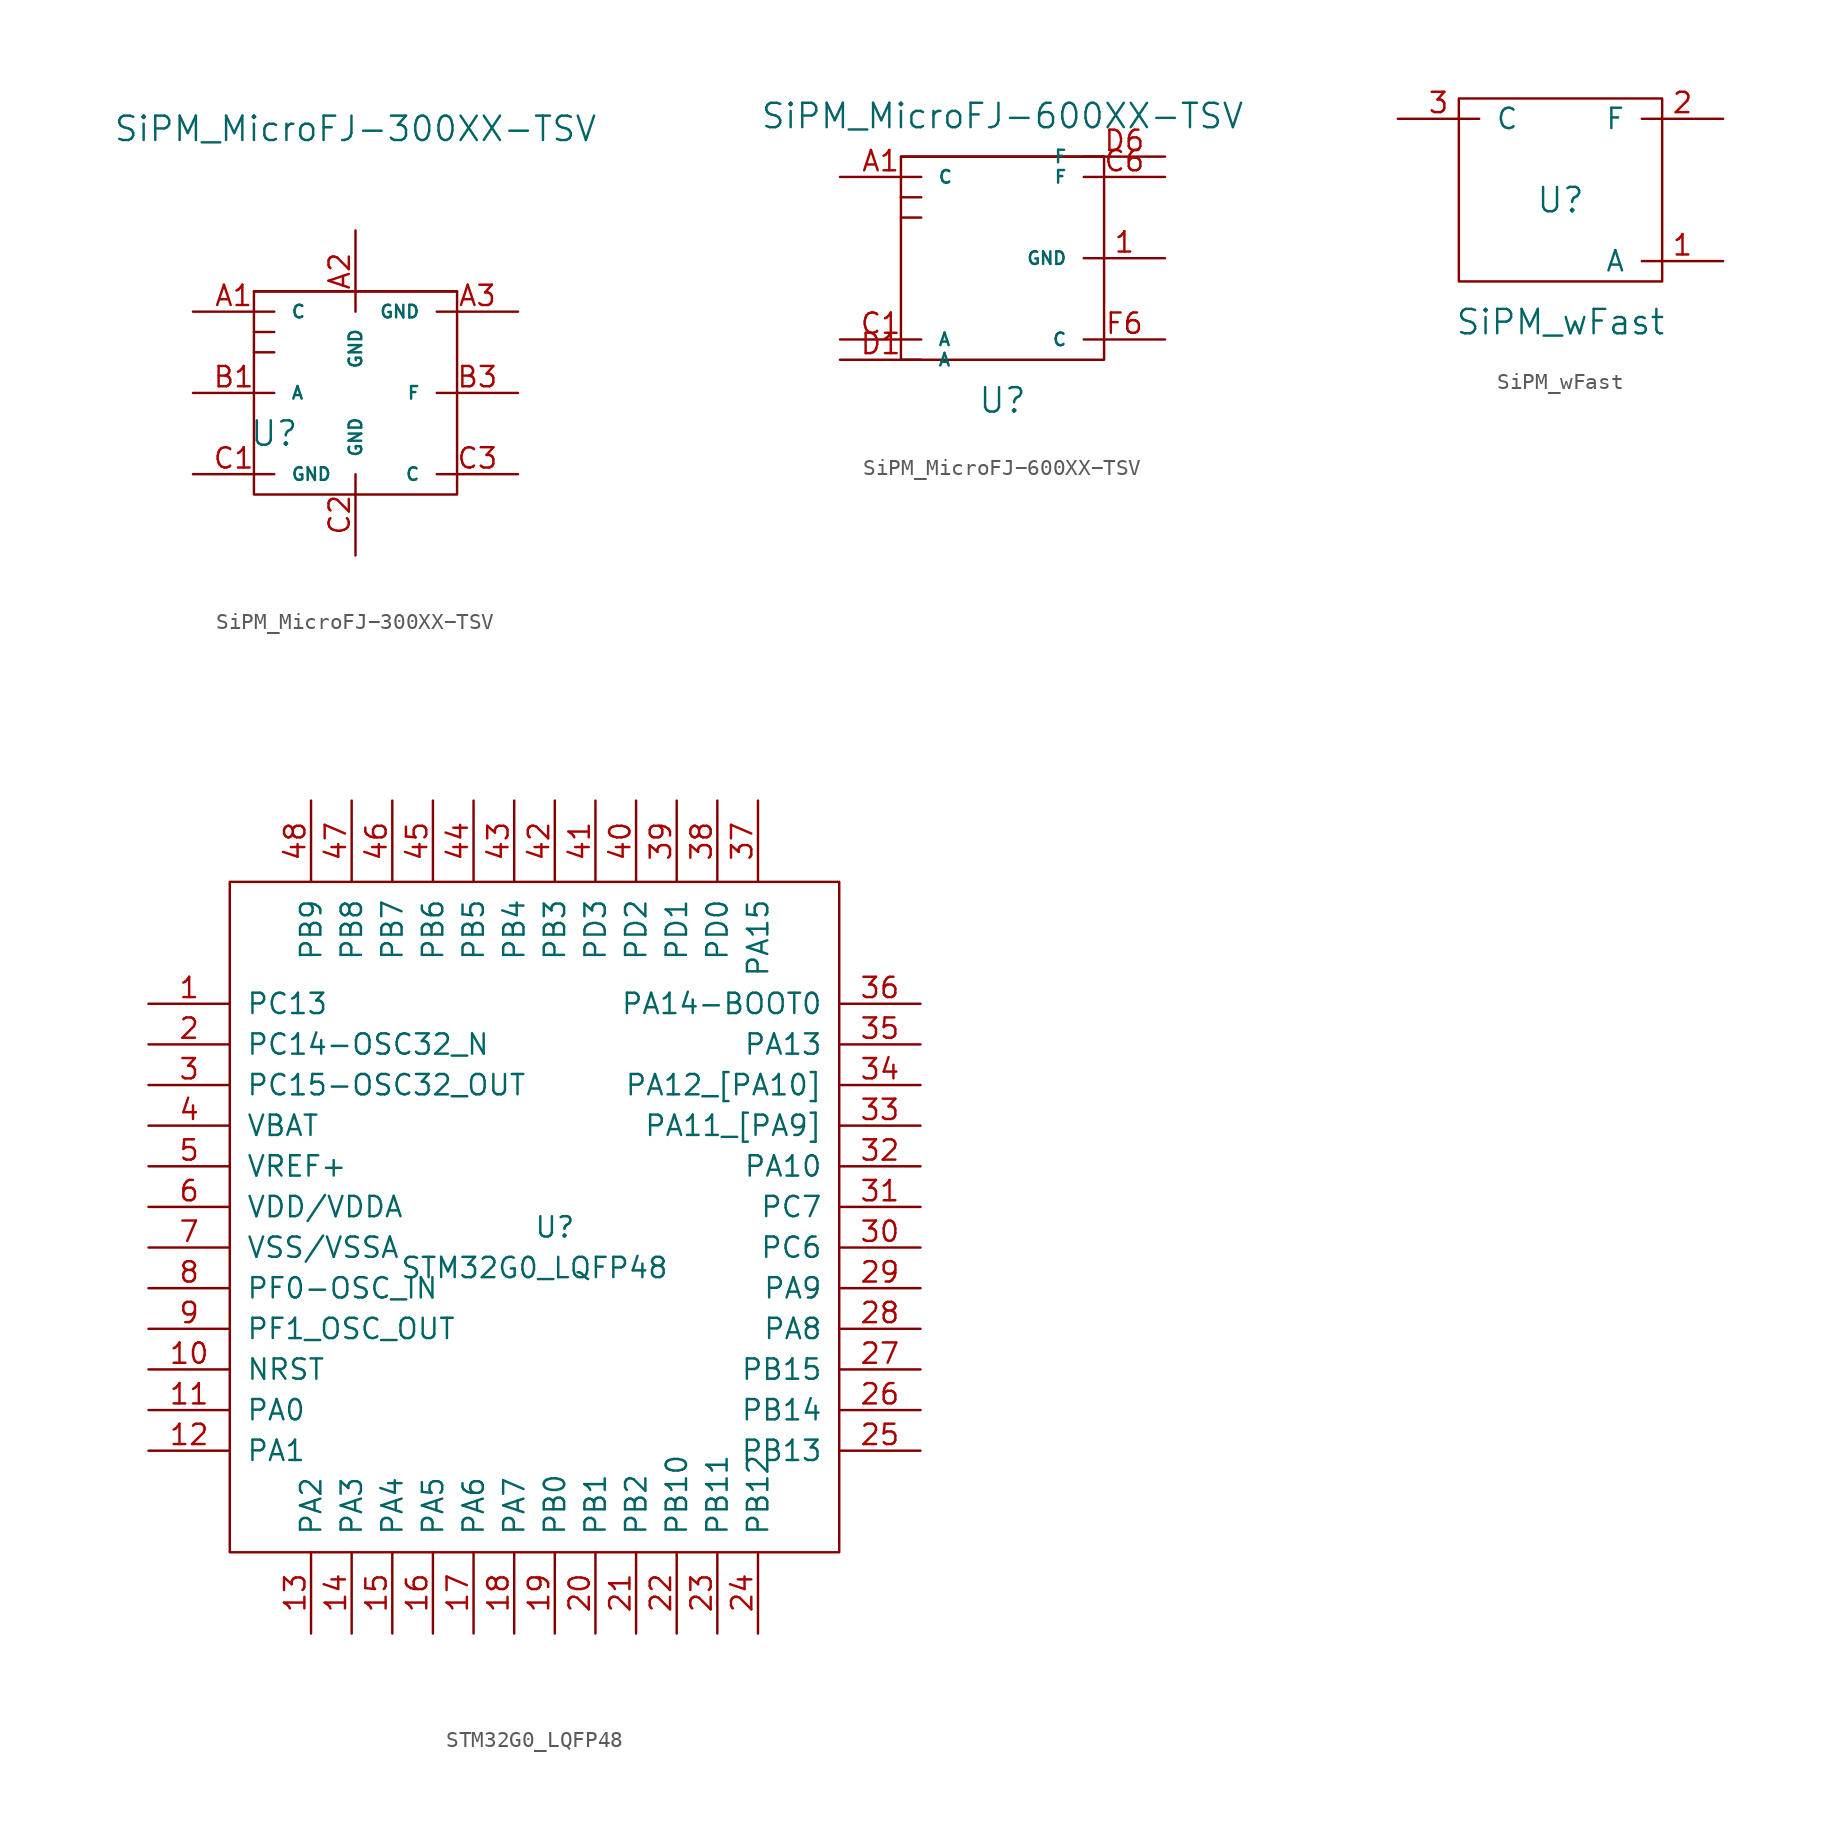
<source format=kicad_sym>
(kicad_symbol_lib
  (version 20220914)
  (generator kicad_symbol_editor)
  (symbol "SiPM_MicroFJ−300XX−TSV"
    (pin_names
      (offset 1.016))
    (property "Reference" "U"
      (at -5.08 -2.54 0)
      (effects (font (size 1.524 1.524))))
    (property "Value" "SiPM_MicroFJ−300XX−TSV"
      (at 0 16.51 0)
      (effects (font (size 1.524 1.524))))
    (property "Footprint" ""
      (at 0 0 0)
      (effects (font (size 1.524 1.524))))
    (property "Datasheet" ""
      (at 0 0 0)
      (effects (font (size 1.524 1.524))))
    (symbol "SiPM_MicroFJ−300XX−TSV_0_1"
      (rectangle (start -6.35 2.54) (end -5.08 2.54) (stroke (width 0) (type solid)) (fill (type none)))
      (rectangle (start -6.35 3.81) (end -5.08 3.81) (stroke (width 0) (type solid)) (fill (type none)))
      (rectangle (start -6.35 6.35) (end 6.35 6.35) (stroke (width 0) (type solid)) (fill (type none)))
      (rectangle (start 6.35 6.35) (end -6.35 -6.35) (stroke (width 0) (type solid)) (fill (type none))))
    (symbol "SiPM_MicroFJ−300XX−TSV_1_1"
      (pin input line (at -10.16 5.08 0) (length 5.08) (name "C" (effects (font (size 0.787 0.787)))) (number "A1" (effects (font (size 1.27 1.27)))))
      (pin input line (at 0 10.16 270) (length 5.08) (name "GND" (effects (font (size 0.787 0.787)))) (number "A2" (effects (font (size 1.27 1.27)))))
      (pin input line (at 10.16 5.08 180) (length 5.08) (name "GND" (effects (font (size 0.787 0.787)))) (number "A3" (effects (font (size 1.27 1.27)))))
      (pin input line (at -10.16 0 0) (length 5.08) (name "A" (effects (font (size 0.787 0.787)))) (number "B1" (effects (font (size 1.27 1.27)))))
      (pin input line (at 10.16 0 180) (length 5.08) (name "F" (effects (font (size 0.787 0.787)))) (number "B3" (effects (font (size 1.27 1.27)))))
      (pin input line (at -10.16 -5.08 0) (length 5.08) (name "GND" (effects (font (size 0.787 0.787)))) (number "C1" (effects (font (size 1.27 1.27)))))
      (pin input line (at 0 -10.16 90) (length 5.08) (name "GND" (effects (font (size 0.787 0.787)))) (number "C2" (effects (font (size 1.27 1.27)))))
      (pin input line (at 10.16 -5.08 180) (length 5.08) (name "C" (effects (font (size 0.787 0.787)))) (number "C3" (effects (font (size 1.27 1.27)))))))
  (symbol "SiPM_MicroFJ−600XX−TSV"
    (pin_names
      (offset 1.016))
    (property "Reference" "U"
      (at 0 -8.89 0)
      (effects (font (size 1.524 1.524))))
    (property "Value" "SiPM_MicroFJ−600XX−TSV"
      (at 0 8.89 0)
      (effects (font (size 1.524 1.524))))
    (property "Footprint" ""
      (at 0 0 0)
      (effects (font (size 1.524 1.524))))
    (property "Datasheet" ""
      (at 0 0 0)
      (effects (font (size 1.524 1.524))))
    (symbol "SiPM_MicroFJ−600XX−TSV_0_1"
      (rectangle (start -6.35 2.54) (end -5.08 2.54) (stroke (width 0) (type solid)) (fill (type none)))
      (rectangle (start -6.35 3.81) (end -5.08 3.81) (stroke (width 0) (type solid)) (fill (type none)))
      (rectangle (start -6.35 6.35) (end 6.35 6.35) (stroke (width 0) (type solid)) (fill (type none)))
      (rectangle (start 6.35 6.35) (end -6.35 -6.35) (stroke (width 0) (type solid)) (fill (type none))))
    (symbol "SiPM_MicroFJ−600XX−TSV_1_1"
      (pin input line (at 10.16 0 180) (length 5.08) (name "GND" (effects (font (size 0.787 0.787)))) (number "1" (effects (font (size 1.27 1.27)))))
      (pin input line (at -10.16 5.08 0) (length 5.08) (name "C" (effects (font (size 0.787 0.787)))) (number "A1" (effects (font (size 1.27 1.27)))))
      (pin input line (at -10.16 -5.08 0) (length 5.08) (name "A" (effects (font (size 0.787 0.787)))) (number "C1" (effects (font (size 1.27 1.27)))))
      (pin input line (at 10.16 5.08 180) (length 5.08) (name "F" (effects (font (size 0.787 0.787)))) (number "C6" (effects (font (size 1.27 1.27)))))
      (pin input line (at -10.16 -6.35 0) (length 5.08) (name "A" (effects (font (size 0.787 0.787)))) (number "D1" (effects (font (size 1.27 1.27)))))
      (pin input line (at 10.16 6.35 180) (length 5.08) (name "F" (effects (font (size 0.787 0.787)))) (number "D6" (effects (font (size 1.27 1.27)))))
      (pin input line (at 10.16 -5.08 180) (length 5.08) (name "C" (effects (font (size 0.787 0.787)))) (number "F6" (effects (font (size 1.27 1.27)))))))
  (symbol "SiPM_wFast"
    (pin_names
      (offset 1.016))
    (property "Reference" "U"
      (at 0 0 0)
      (effects (font (size 1.524 1.524))))
    (property "Value" "SiPM_wFast"
      (at 0 -7.62 0)
      (effects (font (size 1.524 1.524))))
    (property "Footprint" ""
      (at 0 0 0)
      (effects (font (size 1.524 1.524))))
    (property "Datasheet" ""
      (at 0 0 0)
      (effects (font (size 1.524 1.524))))
    (symbol "SiPM_wFast_0_1"
      (rectangle (start -6.35 6.35) (end 6.35 -5.08) (stroke (width 0) (type solid)) (fill (type none))))
    (symbol "SiPM_wFast_1_1"
      (pin input line (at 10.16 -3.81 180) (length 5.08) (name "A" (effects (font (size 1.27 1.27)))) (number "1" (effects (font (size 1.27 1.27)))))
      (pin input line (at 10.16 5.08 180) (length 5.08) (name "F" (effects (font (size 1.27 1.27)))) (number "2" (effects (font (size 1.27 1.27)))))
      (pin input line (at -10.16 5.08 0) (length 5.08) (name "C" (effects (font (size 1.27 1.27)))) (number "3" (effects (font (size 1.27 1.27)))))))
  (symbol "STM32G0_LQFP48"
    (pin_names
      (offset 1.016))
    (property "Reference" "U"
      (at 0 0 0)
      (effects (font (size 1.27 1.27))))
    (property "Value" "STM32G0_LQFP48"
      (at -1.27 -2.54 0)
      (effects (font (size 1.27 1.27))))
    (symbol "STM32G0_LQFP48_0_1"
      (rectangle (start -20.32 -20.32) (end 17.78 21.59) (stroke (width 0) (type solid)) (fill (type none))))
    (symbol "STM32G0_LQFP48_1_1"
      (pin input line (at -25.4 13.97 0) (length 5.08) (name "PC13" (effects (font (size 1.27 1.27)))) (number "1" (effects (font (size 1.27 1.27)))))
      (pin input line (at -25.4 -8.89 0) (length 5.08) (name "NRST" (effects (font (size 1.27 1.27)))) (number "10" (effects (font (size 1.27 1.27)))))
      (pin input line (at -25.4 -11.43 0) (length 5.08) (name "PA0" (effects (font (size 1.27 1.27)))) (number "11" (effects (font (size 1.27 1.27)))))
      (pin input line (at -25.4 -13.97 0) (length 5.08) (name "PA1" (effects (font (size 1.27 1.27)))) (number "12" (effects (font (size 1.27 1.27)))))
      (pin input line (at -15.24 -25.4 90) (length 5.08) (name "PA2" (effects (font (size 1.27 1.27)))) (number "13" (effects (font (size 1.27 1.27)))))
      (pin input line (at -12.7 -25.4 90) (length 5.08) (name "PA3" (effects (font (size 1.27 1.27)))) (number "14" (effects (font (size 1.27 1.27)))))
      (pin input line (at -10.16 -25.4 90) (length 5.08) (name "PA4" (effects (font (size 1.27 1.27)))) (number "15" (effects (font (size 1.27 1.27)))))
      (pin input line (at -7.62 -25.4 90) (length 5.08) (name "PA5" (effects (font (size 1.27 1.27)))) (number "16" (effects (font (size 1.27 1.27)))))
      (pin input line (at -5.08 -25.4 90) (length 5.08) (name "PA6" (effects (font (size 1.27 1.27)))) (number "17" (effects (font (size 1.27 1.27)))))
      (pin input line (at -2.54 -25.4 90) (length 5.08) (name "PA7" (effects (font (size 1.27 1.27)))) (number "18" (effects (font (size 1.27 1.27)))))
      (pin input line (at 0 -25.4 90) (length 5.08) (name "PB0" (effects (font (size 1.27 1.27)))) (number "19" (effects (font (size 1.27 1.27)))))
      (pin input line (at -25.4 11.43 0) (length 5.08) (name "PC14-OSC32_N" (effects (font (size 1.27 1.27)))) (number "2" (effects (font (size 1.27 1.27)))))
      (pin input line (at 2.54 -25.4 90) (length 5.08) (name "PB1" (effects (font (size 1.27 1.27)))) (number "20" (effects (font (size 1.27 1.27)))))
      (pin input line (at 5.08 -25.4 90) (length 5.08) (name "PB2" (effects (font (size 1.27 1.27)))) (number "21" (effects (font (size 1.27 1.27)))))
      (pin input line (at 7.62 -25.4 90) (length 5.08) (name "PB10" (effects (font (size 1.27 1.27)))) (number "22" (effects (font (size 1.27 1.27)))))
      (pin input line (at 10.16 -25.4 90) (length 5.08) (name "PB11" (effects (font (size 1.27 1.27)))) (number "23" (effects (font (size 1.27 1.27)))))
      (pin input line (at 12.7 -25.4 90) (length 5.08) (name "PB12" (effects (font (size 1.27 1.27)))) (number "24" (effects (font (size 1.27 1.27)))))
      (pin input line (at 22.86 -13.97 180) (length 5.08) (name "PB13" (effects (font (size 1.27 1.27)))) (number "25" (effects (font (size 1.27 1.27)))))
      (pin input line (at 22.86 -11.43 180) (length 5.08) (name "PB14" (effects (font (size 1.27 1.27)))) (number "26" (effects (font (size 1.27 1.27)))))
      (pin input line (at 22.86 -8.89 180) (length 5.08) (name "PB15" (effects (font (size 1.27 1.27)))) (number "27" (effects (font (size 1.27 1.27)))))
      (pin input line (at 22.86 -6.35 180) (length 5.08) (name "PA8" (effects (font (size 1.27 1.27)))) (number "28" (effects (font (size 1.27 1.27)))))
      (pin input line (at 22.86 -3.81 180) (length 5.08) (name "PA9" (effects (font (size 1.27 1.27)))) (number "29" (effects (font (size 1.27 1.27)))))
      (pin input line (at -25.4 8.89 0) (length 5.08) (name "PC15-OSC32_OUT" (effects (font (size 1.27 1.27)))) (number "3" (effects (font (size 1.27 1.27)))))
      (pin input line (at 22.86 -1.27 180) (length 5.08) (name "PC6" (effects (font (size 1.27 1.27)))) (number "30" (effects (font (size 1.27 1.27)))))
      (pin input line (at 22.86 1.27 180) (length 5.08) (name "PC7" (effects (font (size 1.27 1.27)))) (number "31" (effects (font (size 1.27 1.27)))))
      (pin input line (at 22.86 3.81 180) (length 5.08) (name "PA10" (effects (font (size 1.27 1.27)))) (number "32" (effects (font (size 1.27 1.27)))))
      (pin input line (at 22.86 6.35 180) (length 5.08) (name "PA11_[PA9]" (effects (font (size 1.27 1.27)))) (number "33" (effects (font (size 1.27 1.27)))))
      (pin input line (at 22.86 8.89 180) (length 5.08) (name "PA12_[PA10]" (effects (font (size 1.27 1.27)))) (number "34" (effects (font (size 1.27 1.27)))))
      (pin input line (at 22.86 11.43 180) (length 5.08) (name "PA13" (effects (font (size 1.27 1.27)))) (number "35" (effects (font (size 1.27 1.27)))))
      (pin input line (at 22.86 13.97 180) (length 5.08) (name "PA14-BOOT0" (effects (font (size 1.27 1.27)))) (number "36" (effects (font (size 1.27 1.27)))))
      (pin input line (at 12.7 26.67 270) (length 5.08) (name "PA15" (effects (font (size 1.27 1.27)))) (number "37" (effects (font (size 1.27 1.27)))))
      (pin input line (at 10.16 26.67 270) (length 5.08) (name "PD0" (effects (font (size 1.27 1.27)))) (number "38" (effects (font (size 1.27 1.27)))))
      (pin input line (at 7.62 26.67 270) (length 5.08) (name "PD1" (effects (font (size 1.27 1.27)))) (number "39" (effects (font (size 1.27 1.27)))))
      (pin input line (at -25.4 6.35 0) (length 5.08) (name "VBAT" (effects (font (size 1.27 1.27)))) (number "4" (effects (font (size 1.27 1.27)))))
      (pin input line (at 5.08 26.67 270) (length 5.08) (name "PD2" (effects (font (size 1.27 1.27)))) (number "40" (effects (font (size 1.27 1.27)))))
      (pin input line (at 2.54 26.67 270) (length 5.08) (name "PD3" (effects (font (size 1.27 1.27)))) (number "41" (effects (font (size 1.27 1.27)))))
      (pin input line (at 0 26.67 270) (length 5.08) (name "PB3" (effects (font (size 1.27 1.27)))) (number "42" (effects (font (size 1.27 1.27)))))
      (pin input line (at -2.54 26.67 270) (length 5.08) (name "PB4" (effects (font (size 1.27 1.27)))) (number "43" (effects (font (size 1.27 1.27)))))
      (pin input line (at -5.08 26.67 270) (length 5.08) (name "PB5" (effects (font (size 1.27 1.27)))) (number "44" (effects (font (size 1.27 1.27)))))
      (pin input line (at -7.62 26.67 270) (length 5.08) (name "PB6" (effects (font (size 1.27 1.27)))) (number "45" (effects (font (size 1.27 1.27)))))
      (pin input line (at -10.16 26.67 270) (length 5.08) (name "PB7" (effects (font (size 1.27 1.27)))) (number "46" (effects (font (size 1.27 1.27)))))
      (pin input line (at -12.7 26.67 270) (length 5.08) (name "PB8" (effects (font (size 1.27 1.27)))) (number "47" (effects (font (size 1.27 1.27)))))
      (pin input line (at -15.24 26.67 270) (length 5.08) (name "PB9" (effects (font (size 1.27 1.27)))) (number "48" (effects (font (size 1.27 1.27)))))
      (pin input line (at -25.4 3.81 0) (length 5.08) (name "VREF+" (effects (font (size 1.27 1.27)))) (number "5" (effects (font (size 1.27 1.27)))))
      (pin input line (at -25.4 1.27 0) (length 5.08) (name "VDD/VDDA" (effects (font (size 1.27 1.27)))) (number "6" (effects (font (size 1.27 1.27)))))
      (pin input line (at -25.4 -1.27 0) (length 5.08) (name "VSS/VSSA" (effects (font (size 1.27 1.27)))) (number "7" (effects (font (size 1.27 1.27)))))
      (pin input line (at -25.4 -3.81 0) (length 5.08) (name "PF0-OSC_IN" (effects (font (size 1.27 1.27)))) (number "8" (effects (font (size 1.27 1.27)))))
      (pin input line (at -25.4 -6.35 0) (length 5.08) (name "PF1_OSC_OUT" (effects (font (size 1.27 1.27)))) (number "9" (effects (font (size 1.27 1.27))))))))
</source>
